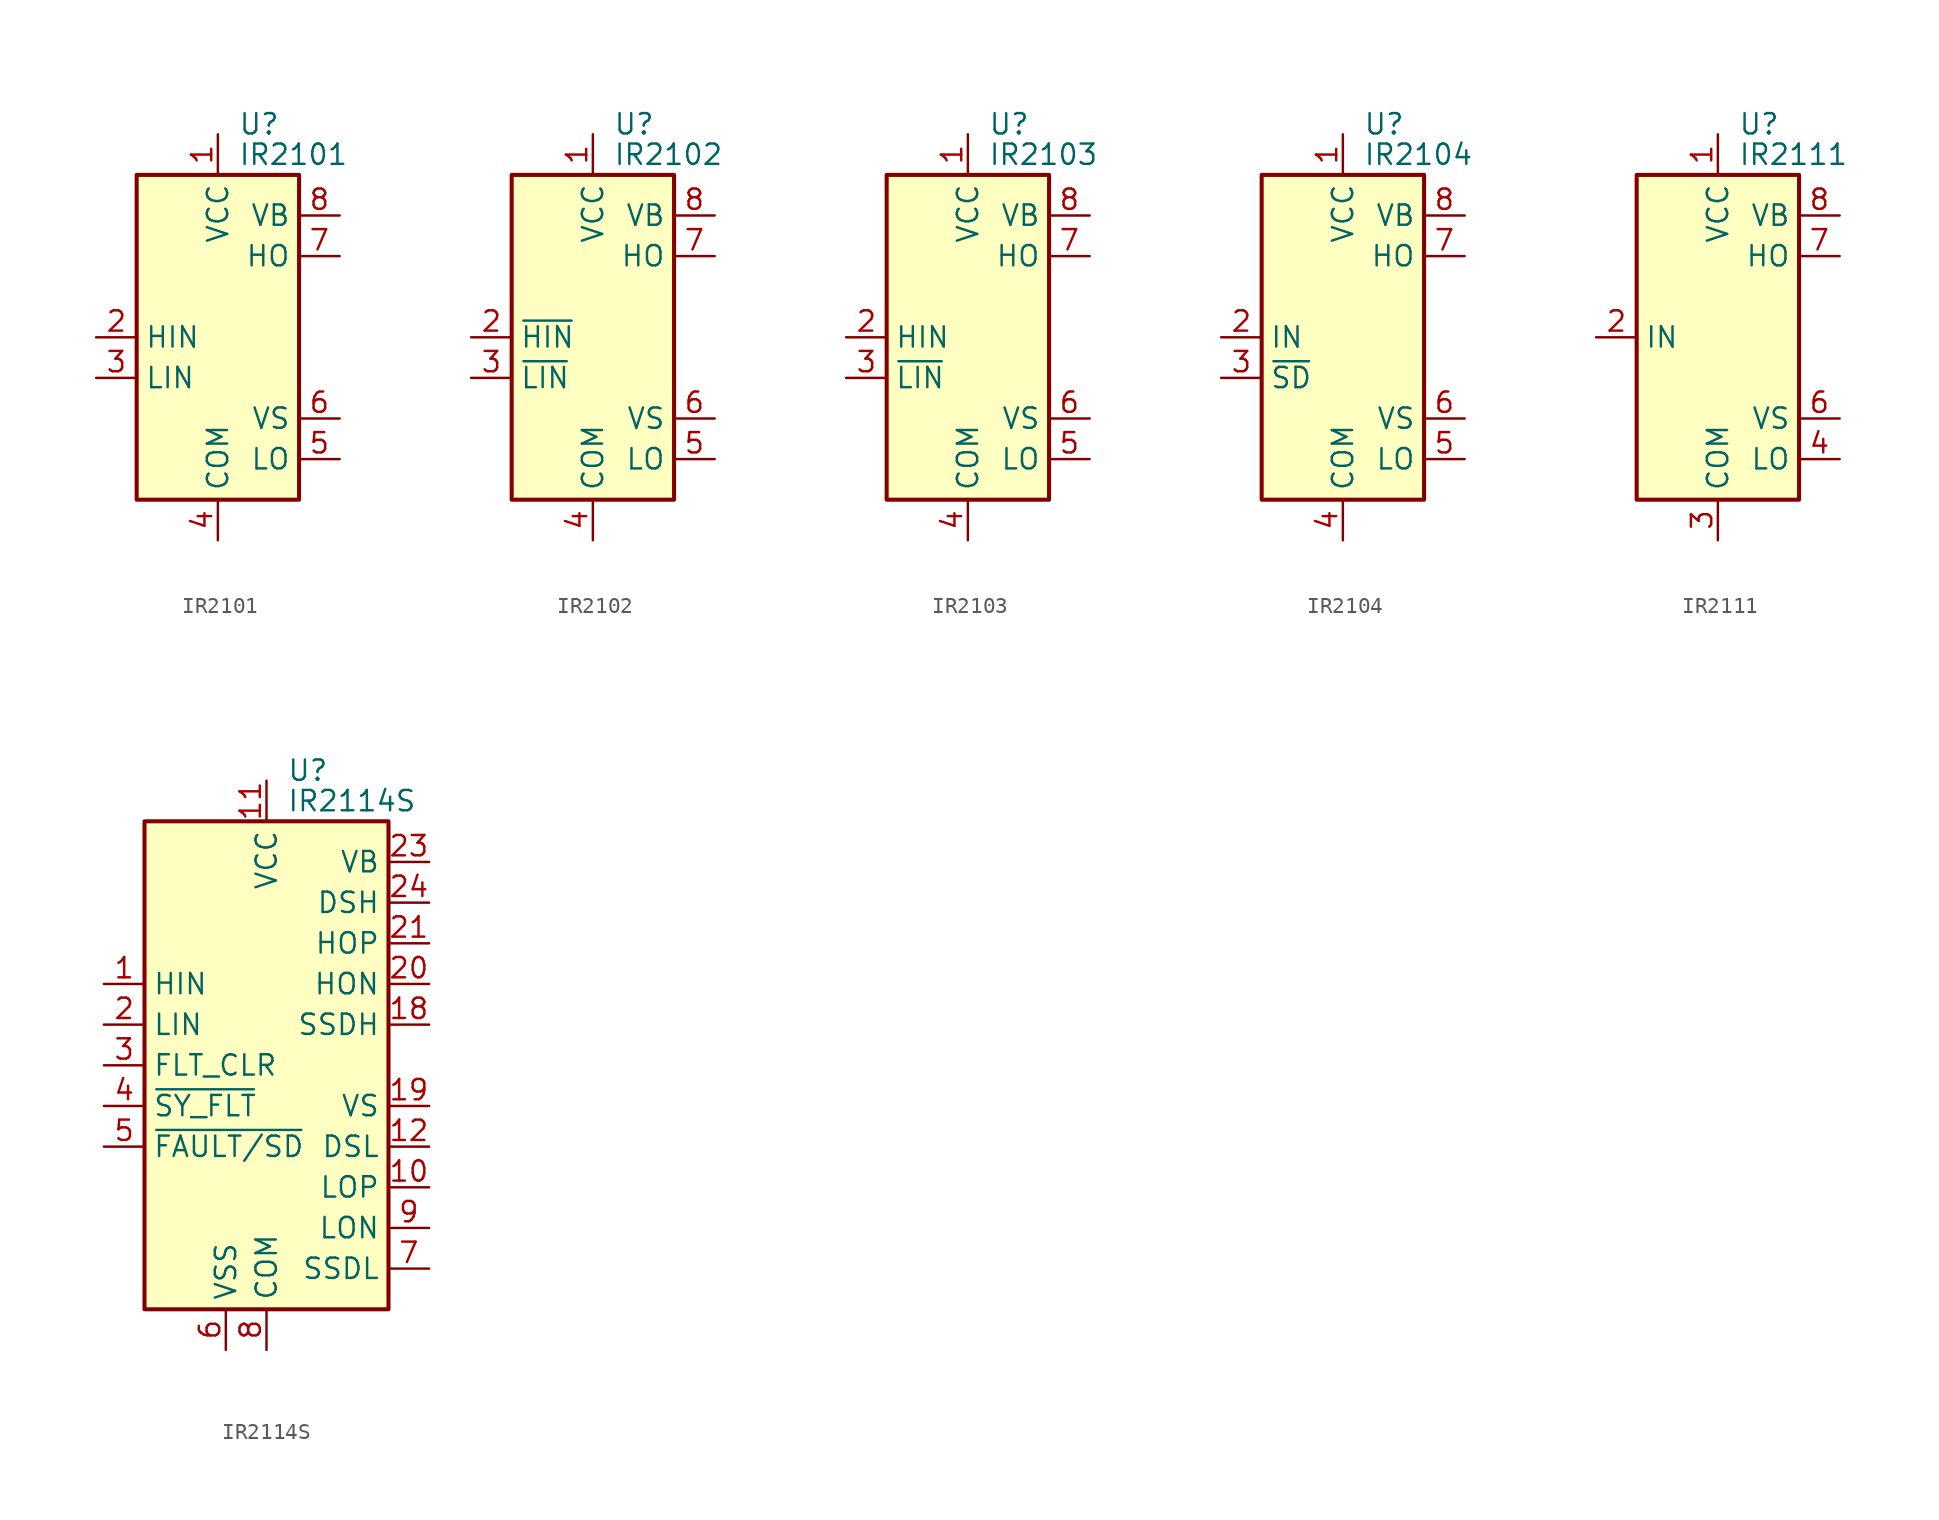
<source format=kicad_sym>
(kicad_symbol_lib
  (version 20201005)
  (generator kicad_symbol_editor)
  (symbol "Driver_FET:IR2101"
    (property "Reference" "U"
      (at 1.27 13.335 0)
      (effects (font (size 1.27 1.27)) (justify left)))
    (property "Value" "IR2101"
      (at 1.27 11.43 0)
      (effects (font (size 1.27 1.27)) (justify left)))
    (symbol "IR2101_0_1"
      (rectangle (start -5.08 -10.16) (end 5.08 10.16) (stroke (width 0.254)) (fill (type background))))
    (symbol "IR2101_1_1"
      (pin power_in line (at 0 12.7 270) (length 2.54) (name "VCC" (effects (font (size 1.27 1.27)))) (number "1" (effects (font (size 1.27 1.27)))))
      (pin input line (at -7.62 0 0) (length 2.54) (name "HIN" (effects (font (size 1.27 1.27)))) (number "2" (effects (font (size 1.27 1.27)))))
      (pin input line (at -7.62 -2.54 0) (length 2.54) (name "LIN" (effects (font (size 1.27 1.27)))) (number "3" (effects (font (size 1.27 1.27)))))
      (pin power_in line (at 0 -12.7 90) (length 2.54) (name "COM" (effects (font (size 1.27 1.27)))) (number "4" (effects (font (size 1.27 1.27)))))
      (pin output line (at 7.62 -7.62 180) (length 2.54) (name "LO" (effects (font (size 1.27 1.27)))) (number "5" (effects (font (size 1.27 1.27)))))
      (pin passive line (at 7.62 -5.08 180) (length 2.54) (name "VS" (effects (font (size 1.27 1.27)))) (number "6" (effects (font (size 1.27 1.27)))))
      (pin output line (at 7.62 5.08 180) (length 2.54) (name "HO" (effects (font (size 1.27 1.27)))) (number "7" (effects (font (size 1.27 1.27)))))
      (pin passive line (at 7.62 7.62 180) (length 2.54) (name "VB" (effects (font (size 1.27 1.27)))) (number "8" (effects (font (size 1.27 1.27)))))))
  (symbol "Driver_FET:IR2102"
    (property "Reference" "U"
      (at 1.27 13.335 0)
      (effects (font (size 1.27 1.27)) (justify left)))
    (property "Value" "IR2102"
      (at 1.27 11.43 0)
      (effects (font (size 1.27 1.27)) (justify left)))
    (symbol "IR2102_0_1"
      (rectangle (start -5.08 -10.16) (end 5.08 10.16) (stroke (width 0.254)) (fill (type background))))
    (symbol "IR2102_1_1"
      (pin power_in line (at 0 12.7 270) (length 2.54) (name "VCC" (effects (font (size 1.27 1.27)))) (number "1" (effects (font (size 1.27 1.27)))))
      (pin input line (at -7.62 0 0) (length 2.54) (name "~HIN" (effects (font (size 1.27 1.27)))) (number "2" (effects (font (size 1.27 1.27)))))
      (pin input line (at -7.62 -2.54 0) (length 2.54) (name "~LIN" (effects (font (size 1.27 1.27)))) (number "3" (effects (font (size 1.27 1.27)))))
      (pin power_in line (at 0 -12.7 90) (length 2.54) (name "COM" (effects (font (size 1.27 1.27)))) (number "4" (effects (font (size 1.27 1.27)))))
      (pin output line (at 7.62 -7.62 180) (length 2.54) (name "LO" (effects (font (size 1.27 1.27)))) (number "5" (effects (font (size 1.27 1.27)))))
      (pin passive line (at 7.62 -5.08 180) (length 2.54) (name "VS" (effects (font (size 1.27 1.27)))) (number "6" (effects (font (size 1.27 1.27)))))
      (pin output line (at 7.62 5.08 180) (length 2.54) (name "HO" (effects (font (size 1.27 1.27)))) (number "7" (effects (font (size 1.27 1.27)))))
      (pin passive line (at 7.62 7.62 180) (length 2.54) (name "VB" (effects (font (size 1.27 1.27)))) (number "8" (effects (font (size 1.27 1.27)))))))
  (symbol "Driver_FET:IR2103"
    (property "Reference" "U"
      (at 1.27 13.335 0)
      (effects (font (size 1.27 1.27)) (justify left)))
    (property "Value" "IR2103"
      (at 1.27 11.43 0)
      (effects (font (size 1.27 1.27)) (justify left)))
    (symbol "IR2103_0_1"
      (rectangle (start -5.08 -10.16) (end 5.08 10.16) (stroke (width 0.254)) (fill (type background))))
    (symbol "IR2103_1_1"
      (pin power_in line (at 0 12.7 270) (length 2.54) (name "VCC" (effects (font (size 1.27 1.27)))) (number "1" (effects (font (size 1.27 1.27)))))
      (pin input line (at -7.62 0 0) (length 2.54) (name "HIN" (effects (font (size 1.27 1.27)))) (number "2" (effects (font (size 1.27 1.27)))))
      (pin input line (at -7.62 -2.54 0) (length 2.54) (name "~LIN" (effects (font (size 1.27 1.27)))) (number "3" (effects (font (size 1.27 1.27)))))
      (pin power_in line (at 0 -12.7 90) (length 2.54) (name "COM" (effects (font (size 1.27 1.27)))) (number "4" (effects (font (size 1.27 1.27)))))
      (pin output line (at 7.62 -7.62 180) (length 2.54) (name "LO" (effects (font (size 1.27 1.27)))) (number "5" (effects (font (size 1.27 1.27)))))
      (pin passive line (at 7.62 -5.08 180) (length 2.54) (name "VS" (effects (font (size 1.27 1.27)))) (number "6" (effects (font (size 1.27 1.27)))))
      (pin output line (at 7.62 5.08 180) (length 2.54) (name "HO" (effects (font (size 1.27 1.27)))) (number "7" (effects (font (size 1.27 1.27)))))
      (pin passive line (at 7.62 7.62 180) (length 2.54) (name "VB" (effects (font (size 1.27 1.27)))) (number "8" (effects (font (size 1.27 1.27)))))))
  (symbol "Driver_FET:IR2104"
    (property "Reference" "U"
      (at 1.27 13.335 0)
      (effects (font (size 1.27 1.27)) (justify left)))
    (property "Value" "IR2104"
      (at 1.27 11.43 0)
      (effects (font (size 1.27 1.27)) (justify left)))
    (symbol "IR2104_0_1"
      (rectangle (start -5.08 -10.16) (end 5.08 10.16) (stroke (width 0.254)) (fill (type background))))
    (symbol "IR2104_1_1"
      (pin power_in line (at 0 12.7 270) (length 2.54) (name "VCC" (effects (font (size 1.27 1.27)))) (number "1" (effects (font (size 1.27 1.27)))))
      (pin input line (at -7.62 0 0) (length 2.54) (name "IN" (effects (font (size 1.27 1.27)))) (number "2" (effects (font (size 1.27 1.27)))))
      (pin input line (at -7.62 -2.54 0) (length 2.54) (name "~SD" (effects (font (size 1.27 1.27)))) (number "3" (effects (font (size 1.27 1.27)))))
      (pin power_in line (at 0 -12.7 90) (length 2.54) (name "COM" (effects (font (size 1.27 1.27)))) (number "4" (effects (font (size 1.27 1.27)))))
      (pin output line (at 7.62 -7.62 180) (length 2.54) (name "LO" (effects (font (size 1.27 1.27)))) (number "5" (effects (font (size 1.27 1.27)))))
      (pin passive line (at 7.62 -5.08 180) (length 2.54) (name "VS" (effects (font (size 1.27 1.27)))) (number "6" (effects (font (size 1.27 1.27)))))
      (pin output line (at 7.62 5.08 180) (length 2.54) (name "HO" (effects (font (size 1.27 1.27)))) (number "7" (effects (font (size 1.27 1.27)))))
      (pin passive line (at 7.62 7.62 180) (length 2.54) (name "VB" (effects (font (size 1.27 1.27)))) (number "8" (effects (font (size 1.27 1.27)))))))
  (symbol "Driver_FET:IR2111"
    (property "Reference" "U"
      (at 1.27 13.335 0)
      (effects (font (size 1.27 1.27)) (justify left)))
    (property "Value" "IR2111"
      (at 1.27 11.43 0)
      (effects (font (size 1.27 1.27)) (justify left)))
    (symbol "IR2111_0_1"
      (rectangle (start -5.08 -10.16) (end 5.08 10.16) (stroke (width 0.254)) (fill (type background))))
    (symbol "IR2111_1_1"
      (pin power_in line (at 0 12.7 270) (length 2.54) (name "VCC" (effects (font (size 1.27 1.27)))) (number "1" (effects (font (size 1.27 1.27)))))
      (pin input line (at -7.62 0 0) (length 2.54) (name "IN" (effects (font (size 1.27 1.27)))) (number "2" (effects (font (size 1.27 1.27)))))
      (pin power_in line (at 0 -12.7 90) (length 2.54) (name "COM" (effects (font (size 1.27 1.27)))) (number "3" (effects (font (size 1.27 1.27)))))
      (pin output line (at 7.62 -7.62 180) (length 2.54) (name "LO" (effects (font (size 1.27 1.27)))) (number "4" (effects (font (size 1.27 1.27)))))
      (pin no_connect line (at -5.08 7.62 0) (length 2.54) hide (name "NC" (effects (font (size 1.27 1.27)))) (number "5" (effects (font (size 1.27 1.27)))))
      (pin passive line (at 7.62 -5.08 180) (length 2.54) (name "VS" (effects (font (size 1.27 1.27)))) (number "6" (effects (font (size 1.27 1.27)))))
      (pin output line (at 7.62 5.08 180) (length 2.54) (name "HO" (effects (font (size 1.27 1.27)))) (number "7" (effects (font (size 1.27 1.27)))))
      (pin passive line (at 7.62 7.62 180) (length 2.54) (name "VB" (effects (font (size 1.27 1.27)))) (number "8" (effects (font (size 1.27 1.27)))))))
  (symbol "Driver_FET:IR2114S"
    (property "Reference" "U"
      (at 1.27 18.415 0)
      (effects (font (size 1.27 1.27)) (justify left)))
    (property "Value" "IR2114S"
      (at 1.27 16.51 0)
      (effects (font (size 1.27 1.27)) (justify left)))
    (symbol "IR2114S_0_1"
      (rectangle (start -7.62 -15.24) (end 7.62 15.24) (stroke (width 0.254)) (fill (type background))))
    (symbol "IR2114S_1_1"
      (pin input line (at -10.16 5.08 0) (length 2.54) (name "HIN" (effects (font (size 1.27 1.27)))) (number "1" (effects (font (size 1.27 1.27)))))
      (pin output line (at 10.16 -7.62 180) (length 2.54) (name "LOP" (effects (font (size 1.27 1.27)))) (number "10" (effects (font (size 1.27 1.27)))))
      (pin power_in line (at 0 17.78 270) (length 2.54) (name "VCC" (effects (font (size 1.27 1.27)))) (number "11" (effects (font (size 1.27 1.27)))))
      (pin input line (at 10.16 -5.08 180) (length 2.54) (name "DSL" (effects (font (size 1.27 1.27)))) (number "12" (effects (font (size 1.27 1.27)))))
      (pin no_connect line (at -7.62 12.7 0) (length 2.54) hide (name "NC" (effects (font (size 1.27 1.27)))) (number "13" (effects (font (size 1.27 1.27)))))
      (pin no_connect line (at -7.62 10.16 0) (length 2.54) hide (name "NC" (effects (font (size 1.27 1.27)))) (number "14" (effects (font (size 1.27 1.27)))))
      (pin no_connect line (at -7.62 7.62 0) (length 2.54) hide (name "NC" (effects (font (size 1.27 1.27)))) (number "15" (effects (font (size 1.27 1.27)))))
      (pin no_connect line (at -7.62 -7.62 0) (length 2.54) hide (name "NC" (effects (font (size 1.27 1.27)))) (number "16" (effects (font (size 1.27 1.27)))))
      (pin no_connect line (at -7.62 -10.16 0) (length 2.54) hide (name "NC" (effects (font (size 1.27 1.27)))) (number "17" (effects (font (size 1.27 1.27)))))
      (pin input line (at 10.16 2.54 180) (length 2.54) (name "SSDH" (effects (font (size 1.27 1.27)))) (number "18" (effects (font (size 1.27 1.27)))))
      (pin passive line (at 10.16 -2.54 180) (length 2.54) (name "VS" (effects (font (size 1.27 1.27)))) (number "19" (effects (font (size 1.27 1.27)))))
      (pin input line (at -10.16 2.54 0) (length 2.54) (name "LIN" (effects (font (size 1.27 1.27)))) (number "2" (effects (font (size 1.27 1.27)))))
      (pin output line (at 10.16 5.08 180) (length 2.54) (name "HON" (effects (font (size 1.27 1.27)))) (number "20" (effects (font (size 1.27 1.27)))))
      (pin output line (at 10.16 7.62 180) (length 2.54) (name "HOP" (effects (font (size 1.27 1.27)))) (number "21" (effects (font (size 1.27 1.27)))))
      (pin no_connect line (at -7.62 -12.7 0) (length 2.54) hide (name "NC" (effects (font (size 1.27 1.27)))) (number "22" (effects (font (size 1.27 1.27)))))
      (pin passive line (at 10.16 12.7 180) (length 2.54) (name "VB" (effects (font (size 1.27 1.27)))) (number "23" (effects (font (size 1.27 1.27)))))
      (pin input line (at 10.16 10.16 180) (length 2.54) (name "DSH" (effects (font (size 1.27 1.27)))) (number "24" (effects (font (size 1.27 1.27)))))
      (pin input line (at -10.16 0 0) (length 2.54) (name "FLT_CLR" (effects (font (size 1.27 1.27)))) (number "3" (effects (font (size 1.27 1.27)))))
      (pin bidirectional line (at -10.16 -2.54 0) (length 2.54) (name "~SY_FLT" (effects (font (size 1.27 1.27)))) (number "4" (effects (font (size 1.27 1.27)))))
      (pin bidirectional line (at -10.16 -5.08 0) (length 2.54) (name "~FAULT/SD" (effects (font (size 1.27 1.27)))) (number "5" (effects (font (size 1.27 1.27)))))
      (pin power_in line (at -2.54 -17.78 90) (length 2.54) (name "VSS" (effects (font (size 1.27 1.27)))) (number "6" (effects (font (size 1.27 1.27)))))
      (pin input line (at 10.16 -12.7 180) (length 2.54) (name "SSDL" (effects (font (size 1.27 1.27)))) (number "7" (effects (font (size 1.27 1.27)))))
      (pin power_in line (at 0 -17.78 90) (length 2.54) (name "COM" (effects (font (size 1.27 1.27)))) (number "8" (effects (font (size 1.27 1.27)))))
      (pin output line (at 10.16 -10.16 180) (length 2.54) (name "LON" (effects (font (size 1.27 1.27)))) (number "9" (effects (font (size 1.27 1.27))))))))
</source>
